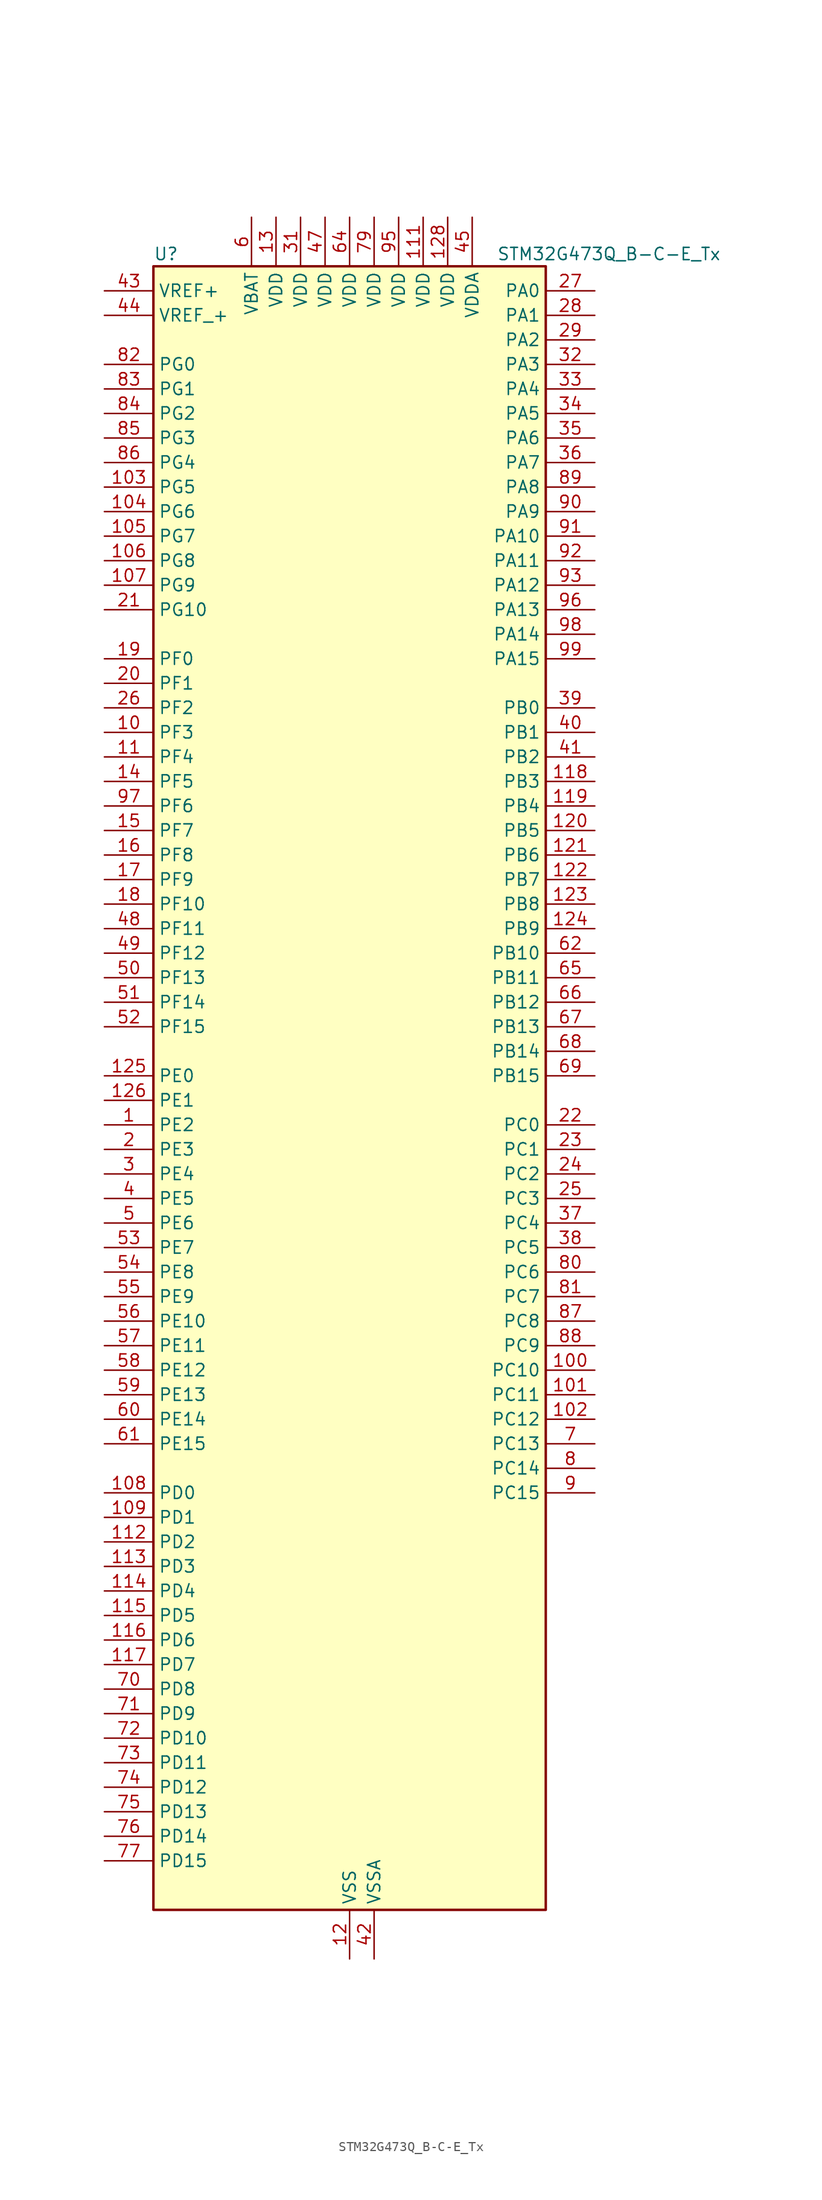
<source format=kicad_sym>
(kicad_symbol_lib
  (version 20220914)
  (generator kicad_symbol_editor)
  (symbol "STM32G473Q_B-C-E_Tx"
    (property "Reference" "U"
      (at -20.32 87.63 0)
      (effects (font (size 1.27 1.27)) (justify left)))
    (property "Value" "STM32G473Q_B-C-E_Tx"
      (at 15.24 87.63 0)
      (effects (font (size 1.27 1.27)) (justify left)))
    (property "ki_locked" ""
      (at 0 0 0)
      (effects (font (size 1.27 1.27))))
    (symbol "STM32G473Q_B-C-E_Tx_0_1"
      (rectangle (start -20.32 -83.82) (end 20.32 86.36) (stroke (width 0.254) (type default)) (fill (type background))))
    (symbol "STM32G473Q_B-C-E_Tx_1_1"
      (pin bidirectional line (at -25.4 -2.54 0) (length 5.08) (name "PE2" (effects (font (size 1.27 1.27)))) (number "1" (effects (font (size 1.27 1.27)))) (alternate "ADC3_EXTI2" bidirectional line) (alternate "ADC4_EXTI2" bidirectional line) (alternate "ADC5_EXTI2" bidirectional line) (alternate "FMC_A23" bidirectional line) (alternate "SAI1_CK1" bidirectional line) (alternate "SAI1_MCLK_A" bidirectional line) (alternate "SPI4_SCK" bidirectional line) (alternate "SYS_TRACECLK" bidirectional line) (alternate "TIM20_CH1" bidirectional line) (alternate "TIM3_CH1" bidirectional line))
      (pin bidirectional line (at -25.4 38.1 0) (length 5.08) (name "PF3" (effects (font (size 1.27 1.27)))) (number "10" (effects (font (size 1.27 1.27)))) (alternate "ADC3_EXTI3" bidirectional line) (alternate "ADC4_EXTI3" bidirectional line) (alternate "ADC5_EXTI3" bidirectional line) (alternate "FMC_A3" bidirectional line) (alternate "I2C3_SCL" bidirectional line) (alternate "TIM20_CH4" bidirectional line))
      (pin bidirectional line (at 25.4 -27.94 180) (length 5.08) (name "PC10" (effects (font (size 1.27 1.27)))) (number "100" (effects (font (size 1.27 1.27)))) (alternate "DAC1_EXTI10" bidirectional line) (alternate "DAC2_EXTI10" bidirectional line) (alternate "DAC3_EXTI10" bidirectional line) (alternate "DAC4_EXTI10" bidirectional line) (alternate "I2S3_CK" bidirectional line) (alternate "SPI3_SCK" bidirectional line) (alternate "TIM8_CH1N" bidirectional line) (alternate "UART4_TX" bidirectional line) (alternate "USART3_TX" bidirectional line))
      (pin bidirectional line (at 25.4 -30.48 180) (length 5.08) (name "PC11" (effects (font (size 1.27 1.27)))) (number "101" (effects (font (size 1.27 1.27)))) (alternate "ADC1_EXTI11" bidirectional line) (alternate "ADC2_EXTI11" bidirectional line) (alternate "I2C3_SDA" bidirectional line) (alternate "SPI3_MISO" bidirectional line) (alternate "TIM8_CH2N" bidirectional line) (alternate "UART4_RX" bidirectional line) (alternate "USART3_RX" bidirectional line))
      (pin bidirectional line (at 25.4 -33.02 180) (length 5.08) (name "PC12" (effects (font (size 1.27 1.27)))) (number "102" (effects (font (size 1.27 1.27)))) (alternate "I2S3_SD" bidirectional line) (alternate "SPI3_MOSI" bidirectional line) (alternate "TIM5_CH2" bidirectional line) (alternate "TIM8_CH3N" bidirectional line) (alternate "UART5_TX" bidirectional line) (alternate "UCPD1_FRSTX1" bidirectional line) (alternate "UCPD1_FRSTX2" bidirectional line) (alternate "USART3_CK" bidirectional line))
      (pin bidirectional line (at -25.4 63.5 0) (length 5.08) (name "PG5" (effects (font (size 1.27 1.27)))) (number "103" (effects (font (size 1.27 1.27)))) (alternate "FMC_A15" bidirectional line) (alternate "LPUART1_CTS" bidirectional line) (alternate "SPI1_NSS" bidirectional line) (alternate "TIM20_ETR" bidirectional line))
      (pin bidirectional line (at -25.4 60.96 0) (length 5.08) (name "PG6" (effects (font (size 1.27 1.27)))) (number "104" (effects (font (size 1.27 1.27)))) (alternate "FMC_INT" bidirectional line) (alternate "I2C3_SMBA" bidirectional line) (alternate "LPUART1_DE" bidirectional line) (alternate "LPUART1_RTS" bidirectional line) (alternate "TIM20_BKIN" bidirectional line))
      (pin bidirectional line (at -25.4 58.42 0) (length 5.08) (name "PG7" (effects (font (size 1.27 1.27)))) (number "105" (effects (font (size 1.27 1.27)))) (alternate "FMC_INT" bidirectional line) (alternate "I2C3_SCL" bidirectional line) (alternate "LPUART1_TX" bidirectional line) (alternate "SAI1_CK1" bidirectional line) (alternate "SAI1_MCLK_A" bidirectional line))
      (pin bidirectional line (at -25.4 55.88 0) (length 5.08) (name "PG8" (effects (font (size 1.27 1.27)))) (number "106" (effects (font (size 1.27 1.27)))) (alternate "FMC_NE3" bidirectional line) (alternate "I2C3_SDA" bidirectional line) (alternate "LPUART1_RX" bidirectional line))
      (pin bidirectional line (at -25.4 53.34 0) (length 5.08) (name "PG9" (effects (font (size 1.27 1.27)))) (number "107" (effects (font (size 1.27 1.27)))) (alternate "DAC1_EXTI9" bidirectional line) (alternate "DAC2_EXTI9" bidirectional line) (alternate "DAC3_EXTI9" bidirectional line) (alternate "DAC4_EXTI9" bidirectional line) (alternate "FMC_NCE" bidirectional line) (alternate "FMC_NE2" bidirectional line) (alternate "SPI3_SCK" bidirectional line) (alternate "TIM15_CH1N" bidirectional line) (alternate "USART1_TX" bidirectional line))
      (pin bidirectional line (at -25.4 -40.64 0) (length 5.08) (name "PD0" (effects (font (size 1.27 1.27)))) (number "108" (effects (font (size 1.27 1.27)))) (alternate "FDCAN1_RX" bidirectional line) (alternate "FMC_D2" bidirectional line) (alternate "FMC_DA2" bidirectional line) (alternate "TIM8_CH4N" bidirectional line))
      (pin bidirectional line (at -25.4 -43.18 0) (length 5.08) (name "PD1" (effects (font (size 1.27 1.27)))) (number "109" (effects (font (size 1.27 1.27)))) (alternate "FDCAN1_TX" bidirectional line) (alternate "FMC_D3" bidirectional line) (alternate "FMC_DA3" bidirectional line) (alternate "TIM8_BKIN2" bidirectional line) (alternate "TIM8_CH4" bidirectional line))
      (pin bidirectional line (at -25.4 35.56 0) (length 5.08) (name "PF4" (effects (font (size 1.27 1.27)))) (number "11" (effects (font (size 1.27 1.27)))) (alternate "COMP1_OUT" bidirectional line) (alternate "FMC_A4" bidirectional line) (alternate "I2C3_SDA" bidirectional line) (alternate "TIM20_CH1N" bidirectional line))
      (pin passive line (at 0 -88.9 90) (length 5.08) hide (name "VSS" (effects (font (size 1.27 1.27)))) (number "110" (effects (font (size 1.27 1.27)))))
      (pin power_in line (at 7.62 91.44 270) (length 5.08) (name "VDD" (effects (font (size 1.27 1.27)))) (number "111" (effects (font (size 1.27 1.27)))))
      (pin bidirectional line (at -25.4 -45.72 0) (length 5.08) (name "PD2" (effects (font (size 1.27 1.27)))) (number "112" (effects (font (size 1.27 1.27)))) (alternate "ADC3_EXTI2" bidirectional line) (alternate "ADC4_EXTI2" bidirectional line) (alternate "ADC5_EXTI2" bidirectional line) (alternate "TIM3_ETR" bidirectional line) (alternate "TIM8_BKIN" bidirectional line) (alternate "UART5_RX" bidirectional line))
      (pin bidirectional line (at -25.4 -48.26 0) (length 5.08) (name "PD3" (effects (font (size 1.27 1.27)))) (number "113" (effects (font (size 1.27 1.27)))) (alternate "ADC3_EXTI3" bidirectional line) (alternate "ADC4_EXTI3" bidirectional line) (alternate "ADC5_EXTI3" bidirectional line) (alternate "FMC_CLK" bidirectional line) (alternate "QUADSPI1_BK2_NCS" bidirectional line) (alternate "TIM2_CH1" bidirectional line) (alternate "TIM2_ETR" bidirectional line) (alternate "USART2_CTS" bidirectional line) (alternate "USART2_NSS" bidirectional line))
      (pin bidirectional line (at -25.4 -50.8 0) (length 5.08) (name "PD4" (effects (font (size 1.27 1.27)))) (number "114" (effects (font (size 1.27 1.27)))) (alternate "FMC_NOE" bidirectional line) (alternate "QUADSPI1_BK2_IO0" bidirectional line) (alternate "TIM2_CH2" bidirectional line) (alternate "USART2_DE" bidirectional line) (alternate "USART2_RTS" bidirectional line))
      (pin bidirectional line (at -25.4 -53.34 0) (length 5.08) (name "PD5" (effects (font (size 1.27 1.27)))) (number "115" (effects (font (size 1.27 1.27)))) (alternate "FMC_NWE" bidirectional line) (alternate "QUADSPI1_BK2_IO1" bidirectional line) (alternate "USART2_TX" bidirectional line))
      (pin bidirectional line (at -25.4 -55.88 0) (length 5.08) (name "PD6" (effects (font (size 1.27 1.27)))) (number "116" (effects (font (size 1.27 1.27)))) (alternate "FMC_NWAIT" bidirectional line) (alternate "QUADSPI1_BK2_IO2" bidirectional line) (alternate "SAI1_D1" bidirectional line) (alternate "SAI1_SD_A" bidirectional line) (alternate "TIM2_CH4" bidirectional line) (alternate "USART2_RX" bidirectional line))
      (pin bidirectional line (at -25.4 -58.42 0) (length 5.08) (name "PD7" (effects (font (size 1.27 1.27)))) (number "117" (effects (font (size 1.27 1.27)))) (alternate "FMC_NCE" bidirectional line) (alternate "FMC_NE1" bidirectional line) (alternate "QUADSPI1_BK2_IO3" bidirectional line) (alternate "TIM2_CH3" bidirectional line) (alternate "USART2_CK" bidirectional line))
      (pin bidirectional line (at 25.4 33.02 180) (length 5.08) (name "PB3" (effects (font (size 1.27 1.27)))) (number "118" (effects (font (size 1.27 1.27)))) (alternate "ADC3_EXTI3" bidirectional line) (alternate "ADC4_EXTI3" bidirectional line) (alternate "ADC5_EXTI3" bidirectional line) (alternate "CRS_SYNC" bidirectional line) (alternate "FDCAN3_RX" bidirectional line) (alternate "I2S3_CK" bidirectional line) (alternate "SAI1_SCK_B" bidirectional line) (alternate "SPI1_SCK" bidirectional line) (alternate "SPI3_SCK" bidirectional line) (alternate "SYS_JTDO-SWO" bidirectional line) (alternate "TIM2_CH2" bidirectional line) (alternate "TIM3_ETR" bidirectional line) (alternate "TIM4_ETR" bidirectional line) (alternate "TIM8_CH1N" bidirectional line) (alternate "USART2_TX" bidirectional line))
      (pin bidirectional line (at 25.4 30.48 180) (length 5.08) (name "PB4" (effects (font (size 1.27 1.27)))) (number "119" (effects (font (size 1.27 1.27)))) (alternate "FDCAN3_TX" bidirectional line) (alternate "SAI1_MCLK_B" bidirectional line) (alternate "SPI1_MISO" bidirectional line) (alternate "SPI3_MISO" bidirectional line) (alternate "SYS_JTRST" bidirectional line) (alternate "TIM16_CH1" bidirectional line) (alternate "TIM17_BKIN" bidirectional line) (alternate "TIM3_CH1" bidirectional line) (alternate "TIM8_CH2N" bidirectional line) (alternate "UART5_DE" bidirectional line) (alternate "UART5_RTS" bidirectional line) (alternate "UCPD1_CC2" bidirectional line) (alternate "USART2_RX" bidirectional line))
      (pin power_in line (at 0 -88.9 90) (length 5.08) (name "VSS" (effects (font (size 1.27 1.27)))) (number "12" (effects (font (size 1.27 1.27)))))
      (pin bidirectional line (at 25.4 27.94 180) (length 5.08) (name "PB5" (effects (font (size 1.27 1.27)))) (number "120" (effects (font (size 1.27 1.27)))) (alternate "FDCAN2_RX" bidirectional line) (alternate "I2C1_SMBA" bidirectional line) (alternate "I2C3_SDA" bidirectional line) (alternate "I2S3_SD" bidirectional line) (alternate "LPTIM1_IN1" bidirectional line) (alternate "SAI1_SD_B" bidirectional line) (alternate "SPI1_MOSI" bidirectional line) (alternate "SPI3_MOSI" bidirectional line) (alternate "TIM16_BKIN" bidirectional line) (alternate "TIM17_CH1" bidirectional line) (alternate "TIM3_CH2" bidirectional line) (alternate "TIM8_CH3N" bidirectional line) (alternate "UART5_CTS" bidirectional line) (alternate "USART2_CK" bidirectional line))
      (pin bidirectional line (at 25.4 25.4 180) (length 5.08) (name "PB6" (effects (font (size 1.27 1.27)))) (number "121" (effects (font (size 1.27 1.27)))) (alternate "COMP4_OUT" bidirectional line) (alternate "FDCAN2_TX" bidirectional line) (alternate "LPTIM1_ETR" bidirectional line) (alternate "SAI1_FS_B" bidirectional line) (alternate "TIM16_CH1N" bidirectional line) (alternate "TIM4_CH1" bidirectional line) (alternate "TIM8_BKIN2" bidirectional line) (alternate "TIM8_CH1" bidirectional line) (alternate "TIM8_ETR" bidirectional line) (alternate "UCPD1_CC1" bidirectional line) (alternate "USART1_TX" bidirectional line))
      (pin bidirectional line (at 25.4 22.86 180) (length 5.08) (name "PB7" (effects (font (size 1.27 1.27)))) (number "122" (effects (font (size 1.27 1.27)))) (alternate "COMP3_OUT" bidirectional line) (alternate "FMC_NL" bidirectional line) (alternate "I2C1_SDA" bidirectional line) (alternate "I2C4_SDA" bidirectional line) (alternate "LPTIM1_IN2" bidirectional line) (alternate "SYS_PVD_IN" bidirectional line) (alternate "TIM17_CH1N" bidirectional line) (alternate "TIM3_CH4" bidirectional line) (alternate "TIM4_CH2" bidirectional line) (alternate "TIM8_BKIN" bidirectional line) (alternate "UART4_CTS" bidirectional line) (alternate "USART1_RX" bidirectional line))
      (pin bidirectional line (at 25.4 20.32 180) (length 5.08) (name "PB8" (effects (font (size 1.27 1.27)))) (number "123" (effects (font (size 1.27 1.27)))) (alternate "COMP1_OUT" bidirectional line) (alternate "FDCAN1_RX" bidirectional line) (alternate "I2C1_SCL" bidirectional line) (alternate "SAI1_CK1" bidirectional line) (alternate "SAI1_MCLK_A" bidirectional line) (alternate "TIM16_CH1" bidirectional line) (alternate "TIM1_BKIN" bidirectional line) (alternate "TIM4_CH3" bidirectional line) (alternate "TIM8_CH2" bidirectional line) (alternate "USART3_RX" bidirectional line))
      (pin bidirectional line (at 25.4 17.78 180) (length 5.08) (name "PB9" (effects (font (size 1.27 1.27)))) (number "124" (effects (font (size 1.27 1.27)))) (alternate "COMP2_OUT" bidirectional line) (alternate "DAC1_EXTI9" bidirectional line) (alternate "DAC2_EXTI9" bidirectional line) (alternate "DAC3_EXTI9" bidirectional line) (alternate "DAC4_EXTI9" bidirectional line) (alternate "FDCAN1_TX" bidirectional line) (alternate "I2C1_SDA" bidirectional line) (alternate "IR_OUT" bidirectional line) (alternate "SAI1_D2" bidirectional line) (alternate "SAI1_FS_A" bidirectional line) (alternate "TIM17_CH1" bidirectional line) (alternate "TIM1_CH3N" bidirectional line) (alternate "TIM4_CH4" bidirectional line) (alternate "TIM8_CH3" bidirectional line) (alternate "USART3_TX" bidirectional line))
      (pin bidirectional line (at -25.4 2.54 0) (length 5.08) (name "PE0" (effects (font (size 1.27 1.27)))) (number "125" (effects (font (size 1.27 1.27)))) (alternate "FMC_NBL0" bidirectional line) (alternate "TIM16_CH1" bidirectional line) (alternate "TIM20_CH4N" bidirectional line) (alternate "TIM20_ETR" bidirectional line) (alternate "TIM4_ETR" bidirectional line) (alternate "USART1_TX" bidirectional line))
      (pin bidirectional line (at -25.4 0 0) (length 5.08) (name "PE1" (effects (font (size 1.27 1.27)))) (number "126" (effects (font (size 1.27 1.27)))) (alternate "FMC_NBL1" bidirectional line) (alternate "TIM17_CH1" bidirectional line) (alternate "TIM20_CH4" bidirectional line) (alternate "USART1_RX" bidirectional line))
      (pin passive line (at 0 -88.9 90) (length 5.08) hide (name "VSS" (effects (font (size 1.27 1.27)))) (number "127" (effects (font (size 1.27 1.27)))))
      (pin power_in line (at 10.16 91.44 270) (length 5.08) (name "VDD" (effects (font (size 1.27 1.27)))) (number "128" (effects (font (size 1.27 1.27)))))
      (pin power_in line (at -7.62 91.44 270) (length 5.08) (name "VDD" (effects (font (size 1.27 1.27)))) (number "13" (effects (font (size 1.27 1.27)))))
      (pin bidirectional line (at -25.4 33.02 0) (length 5.08) (name "PF5" (effects (font (size 1.27 1.27)))) (number "14" (effects (font (size 1.27 1.27)))) (alternate "FMC_A5" bidirectional line) (alternate "TIM20_CH2N" bidirectional line))
      (pin bidirectional line (at -25.4 27.94 0) (length 5.08) (name "PF7" (effects (font (size 1.27 1.27)))) (number "15" (effects (font (size 1.27 1.27)))) (alternate "FMC_A1" bidirectional line) (alternate "QUADSPI1_BK1_IO2" bidirectional line) (alternate "SAI1_MCLK_B" bidirectional line) (alternate "TIM20_BKIN" bidirectional line) (alternate "TIM5_CH2" bidirectional line))
      (pin bidirectional line (at -25.4 25.4 0) (length 5.08) (name "PF8" (effects (font (size 1.27 1.27)))) (number "16" (effects (font (size 1.27 1.27)))) (alternate "FMC_A24" bidirectional line) (alternate "QUADSPI1_BK1_IO0" bidirectional line) (alternate "SAI1_SCK_B" bidirectional line) (alternate "TIM20_BKIN2" bidirectional line) (alternate "TIM5_CH3" bidirectional line))
      (pin bidirectional line (at -25.4 22.86 0) (length 5.08) (name "PF9" (effects (font (size 1.27 1.27)))) (number "17" (effects (font (size 1.27 1.27)))) (alternate "DAC1_EXTI9" bidirectional line) (alternate "DAC2_EXTI9" bidirectional line) (alternate "DAC3_EXTI9" bidirectional line) (alternate "DAC4_EXTI9" bidirectional line) (alternate "FMC_A25" bidirectional line) (alternate "QUADSPI1_BK1_IO1" bidirectional line) (alternate "SAI1_FS_B" bidirectional line) (alternate "SPI2_SCK" bidirectional line) (alternate "TIM15_CH1" bidirectional line) (alternate "TIM20_BKIN" bidirectional line) (alternate "TIM5_CH4" bidirectional line))
      (pin bidirectional line (at -25.4 20.32 0) (length 5.08) (name "PF10" (effects (font (size 1.27 1.27)))) (number "18" (effects (font (size 1.27 1.27)))) (alternate "DAC1_EXTI10" bidirectional line) (alternate "DAC2_EXTI10" bidirectional line) (alternate "DAC3_EXTI10" bidirectional line) (alternate "DAC4_EXTI10" bidirectional line) (alternate "FMC_A0" bidirectional line) (alternate "QUADSPI1_CLK" bidirectional line) (alternate "SAI1_D3" bidirectional line) (alternate "SPI2_SCK" bidirectional line) (alternate "TIM15_CH2" bidirectional line) (alternate "TIM20_BKIN2" bidirectional line))
      (pin bidirectional line (at -25.4 45.72 0) (length 5.08) (name "PF0" (effects (font (size 1.27 1.27)))) (number "19" (effects (font (size 1.27 1.27)))) (alternate "ADC1_IN10" bidirectional line) (alternate "I2C2_SDA" bidirectional line) (alternate "I2S2_WS" bidirectional line) (alternate "RCC_OSC_IN" bidirectional line) (alternate "SPI2_NSS" bidirectional line) (alternate "TIM1_CH3N" bidirectional line))
      (pin bidirectional line (at -25.4 -5.08 0) (length 5.08) (name "PE3" (effects (font (size 1.27 1.27)))) (number "2" (effects (font (size 1.27 1.27)))) (alternate "ADC3_EXTI3" bidirectional line) (alternate "ADC4_EXTI3" bidirectional line) (alternate "ADC5_EXTI3" bidirectional line) (alternate "FMC_A19" bidirectional line) (alternate "SAI1_SD_B" bidirectional line) (alternate "SPI4_NSS" bidirectional line) (alternate "SYS_TRACED0" bidirectional line) (alternate "TIM20_CH2" bidirectional line) (alternate "TIM3_CH2" bidirectional line))
      (pin bidirectional line (at -25.4 43.18 0) (length 5.08) (name "PF1" (effects (font (size 1.27 1.27)))) (number "20" (effects (font (size 1.27 1.27)))) (alternate "ADC2_IN10" bidirectional line) (alternate "COMP3_INM" bidirectional line) (alternate "I2S2_CK" bidirectional line) (alternate "RCC_OSC_OUT" bidirectional line) (alternate "SPI2_SCK" bidirectional line))
      (pin bidirectional line (at -25.4 50.8 0) (length 5.08) (name "PG10" (effects (font (size 1.27 1.27)))) (number "21" (effects (font (size 1.27 1.27)))) (alternate "DAC1_EXTI10" bidirectional line) (alternate "DAC2_EXTI10" bidirectional line) (alternate "DAC3_EXTI10" bidirectional line) (alternate "DAC4_EXTI10" bidirectional line) (alternate "RCC_MCO" bidirectional line))
      (pin bidirectional line (at 25.4 -2.54 180) (length 5.08) (name "PC0" (effects (font (size 1.27 1.27)))) (number "22" (effects (font (size 1.27 1.27)))) (alternate "ADC1_IN6" bidirectional line) (alternate "ADC2_IN6" bidirectional line) (alternate "COMP3_INM" bidirectional line) (alternate "LPTIM1_IN1" bidirectional line) (alternate "LPUART1_RX" bidirectional line) (alternate "TIM1_CH1" bidirectional line))
      (pin bidirectional line (at 25.4 -5.08 180) (length 5.08) (name "PC1" (effects (font (size 1.27 1.27)))) (number "23" (effects (font (size 1.27 1.27)))) (alternate "ADC1_IN7" bidirectional line) (alternate "ADC2_IN7" bidirectional line) (alternate "COMP3_INP" bidirectional line) (alternate "LPTIM1_OUT" bidirectional line) (alternate "LPUART1_TX" bidirectional line) (alternate "QUADSPI1_BK2_IO0" bidirectional line) (alternate "SAI1_SD_A" bidirectional line) (alternate "TIM1_CH2" bidirectional line))
      (pin bidirectional line (at 25.4 -7.62 180) (length 5.08) (name "PC2" (effects (font (size 1.27 1.27)))) (number "24" (effects (font (size 1.27 1.27)))) (alternate "ADC1_IN8" bidirectional line) (alternate "ADC2_IN8" bidirectional line) (alternate "ADC3_EXTI2" bidirectional line) (alternate "ADC4_EXTI2" bidirectional line) (alternate "ADC5_EXTI2" bidirectional line) (alternate "COMP3_OUT" bidirectional line) (alternate "LPTIM1_IN2" bidirectional line) (alternate "QUADSPI1_BK2_IO1" bidirectional line) (alternate "TIM1_CH3" bidirectional line) (alternate "TIM20_CH2" bidirectional line))
      (pin bidirectional line (at 25.4 -10.16 180) (length 5.08) (name "PC3" (effects (font (size 1.27 1.27)))) (number "25" (effects (font (size 1.27 1.27)))) (alternate "ADC1_IN9" bidirectional line) (alternate "ADC2_IN9" bidirectional line) (alternate "ADC3_EXTI3" bidirectional line) (alternate "ADC4_EXTI3" bidirectional line) (alternate "ADC5_EXTI3" bidirectional line) (alternate "LPTIM1_ETR" bidirectional line) (alternate "OPAMP5_VINP" bidirectional line) (alternate "OPAMP5_VINP_SEC" bidirectional line) (alternate "QUADSPI1_BK2_IO2" bidirectional line) (alternate "SAI1_D1" bidirectional line) (alternate "SAI1_SD_A" bidirectional line) (alternate "TIM1_BKIN2" bidirectional line) (alternate "TIM1_CH4" bidirectional line))
      (pin bidirectional line (at -25.4 40.64 0) (length 5.08) (name "PF2" (effects (font (size 1.27 1.27)))) (number "26" (effects (font (size 1.27 1.27)))) (alternate "ADC3_EXTI2" bidirectional line) (alternate "ADC4_EXTI2" bidirectional line) (alternate "ADC5_EXTI2" bidirectional line) (alternate "FMC_A2" bidirectional line) (alternate "I2C2_SMBA" bidirectional line) (alternate "TIM20_CH3" bidirectional line))
      (pin bidirectional line (at 25.4 83.82 180) (length 5.08) (name "PA0" (effects (font (size 1.27 1.27)))) (number "27" (effects (font (size 1.27 1.27)))) (alternate "ADC1_IN1" bidirectional line) (alternate "ADC2_IN1" bidirectional line) (alternate "COMP1_INM" bidirectional line) (alternate "COMP1_OUT" bidirectional line) (alternate "COMP3_INP" bidirectional line) (alternate "RTC_TAMP2" bidirectional line) (alternate "SYS_WKUP1" bidirectional line) (alternate "TIM2_CH1" bidirectional line) (alternate "TIM2_ETR" bidirectional line) (alternate "TIM5_CH1" bidirectional line) (alternate "TIM8_BKIN" bidirectional line) (alternate "TIM8_ETR" bidirectional line) (alternate "USART2_CTS" bidirectional line) (alternate "USART2_NSS" bidirectional line))
      (pin bidirectional line (at 25.4 81.28 180) (length 5.08) (name "PA1" (effects (font (size 1.27 1.27)))) (number "28" (effects (font (size 1.27 1.27)))) (alternate "ADC1_IN2" bidirectional line) (alternate "ADC2_IN2" bidirectional line) (alternate "COMP1_INP" bidirectional line) (alternate "OPAMP1_VINP" bidirectional line) (alternate "OPAMP1_VINP_SEC" bidirectional line) (alternate "OPAMP3_VINP" bidirectional line) (alternate "OPAMP3_VINP_SEC" bidirectional line) (alternate "OPAMP6_VINM" bidirectional line) (alternate "OPAMP6_VINM0" bidirectional line) (alternate "OPAMP6_VINM_SEC" bidirectional line) (alternate "RTC_REFIN" bidirectional line) (alternate "TIM15_CH1N" bidirectional line) (alternate "TIM2_CH2" bidirectional line) (alternate "TIM5_CH2" bidirectional line) (alternate "USART2_DE" bidirectional line) (alternate "USART2_RTS" bidirectional line))
      (pin bidirectional line (at 25.4 78.74 180) (length 5.08) (name "PA2" (effects (font (size 1.27 1.27)))) (number "29" (effects (font (size 1.27 1.27)))) (alternate "ADC1_IN3" bidirectional line) (alternate "ADC3_EXTI2" bidirectional line) (alternate "ADC4_EXTI2" bidirectional line) (alternate "ADC5_EXTI2" bidirectional line) (alternate "COMP2_INM" bidirectional line) (alternate "COMP2_OUT" bidirectional line) (alternate "LPUART1_TX" bidirectional line) (alternate "OPAMP1_VOUT" bidirectional line) (alternate "QUADSPI1_BK1_NCS" bidirectional line) (alternate "RCC_LSCO" bidirectional line) (alternate "SYS_WKUP4" bidirectional line) (alternate "TIM15_CH1" bidirectional line) (alternate "TIM2_CH3" bidirectional line) (alternate "TIM5_CH3" bidirectional line) (alternate "UCPD1_FRSTX1" bidirectional line) (alternate "UCPD1_FRSTX2" bidirectional line) (alternate "USART2_TX" bidirectional line))
      (pin bidirectional line (at -25.4 -7.62 0) (length 5.08) (name "PE4" (effects (font (size 1.27 1.27)))) (number "3" (effects (font (size 1.27 1.27)))) (alternate "FMC_A20" bidirectional line) (alternate "SAI1_D2" bidirectional line) (alternate "SAI1_FS_A" bidirectional line) (alternate "SPI4_NSS" bidirectional line) (alternate "SYS_TRACED1" bidirectional line) (alternate "TIM20_CH1N" bidirectional line) (alternate "TIM3_CH3" bidirectional line))
      (pin passive line (at 0 -88.9 90) (length 5.08) hide (name "VSS" (effects (font (size 1.27 1.27)))) (number "30" (effects (font (size 1.27 1.27)))))
      (pin power_in line (at -5.08 91.44 270) (length 5.08) (name "VDD" (effects (font (size 1.27 1.27)))) (number "31" (effects (font (size 1.27 1.27)))))
      (pin bidirectional line (at 25.4 76.2 180) (length 5.08) (name "PA3" (effects (font (size 1.27 1.27)))) (number "32" (effects (font (size 1.27 1.27)))) (alternate "ADC1_IN4" bidirectional line) (alternate "ADC3_EXTI3" bidirectional line) (alternate "ADC4_EXTI3" bidirectional line) (alternate "ADC5_EXTI3" bidirectional line) (alternate "COMP2_INP" bidirectional line) (alternate "LPUART1_RX" bidirectional line) (alternate "OPAMP1_VINM" bidirectional line) (alternate "OPAMP1_VINM0" bidirectional line) (alternate "OPAMP1_VINM_SEC" bidirectional line) (alternate "OPAMP1_VINP" bidirectional line) (alternate "OPAMP1_VINP_SEC" bidirectional line) (alternate "OPAMP5_VINM" bidirectional line) (alternate "OPAMP5_VINM1" bidirectional line) (alternate "OPAMP5_VINM_SEC" bidirectional line) (alternate "QUADSPI1_CLK" bidirectional line) (alternate "SAI1_CK1" bidirectional line) (alternate "SAI1_MCLK_A" bidirectional line) (alternate "TIM15_CH2" bidirectional line) (alternate "TIM2_CH4" bidirectional line) (alternate "TIM5_CH4" bidirectional line) (alternate "USART2_RX" bidirectional line))
      (pin bidirectional line (at 25.4 73.66 180) (length 5.08) (name "PA4" (effects (font (size 1.27 1.27)))) (number "33" (effects (font (size 1.27 1.27)))) (alternate "ADC2_IN17" bidirectional line) (alternate "COMP1_INM" bidirectional line) (alternate "DAC1_OUT1" bidirectional line) (alternate "I2S3_WS" bidirectional line) (alternate "SAI1_FS_B" bidirectional line) (alternate "SPI1_NSS" bidirectional line) (alternate "SPI3_NSS" bidirectional line) (alternate "TIM3_CH2" bidirectional line) (alternate "USART2_CK" bidirectional line))
      (pin bidirectional line (at 25.4 71.12 180) (length 5.08) (name "PA5" (effects (font (size 1.27 1.27)))) (number "34" (effects (font (size 1.27 1.27)))) (alternate "ADC2_IN13" bidirectional line) (alternate "COMP2_INM" bidirectional line) (alternate "DAC1_OUT2" bidirectional line) (alternate "OPAMP2_VINM" bidirectional line) (alternate "OPAMP2_VINM0" bidirectional line) (alternate "OPAMP2_VINM_SEC" bidirectional line) (alternate "SPI1_SCK" bidirectional line) (alternate "TIM2_CH1" bidirectional line) (alternate "TIM2_ETR" bidirectional line) (alternate "UCPD1_FRSTX1" bidirectional line) (alternate "UCPD1_FRSTX2" bidirectional line))
      (pin bidirectional line (at 25.4 68.58 180) (length 5.08) (name "PA6" (effects (font (size 1.27 1.27)))) (number "35" (effects (font (size 1.27 1.27)))) (alternate "ADC2_IN3" bidirectional line) (alternate "COMP1_OUT" bidirectional line) (alternate "DAC2_OUT1" bidirectional line) (alternate "LPUART1_CTS" bidirectional line) (alternate "OPAMP2_VOUT" bidirectional line) (alternate "QUADSPI1_BK1_IO3" bidirectional line) (alternate "SPI1_MISO" bidirectional line) (alternate "TIM16_CH1" bidirectional line) (alternate "TIM1_BKIN" bidirectional line) (alternate "TIM3_CH1" bidirectional line) (alternate "TIM8_BKIN" bidirectional line))
      (pin bidirectional line (at 25.4 66.04 180) (length 5.08) (name "PA7" (effects (font (size 1.27 1.27)))) (number "36" (effects (font (size 1.27 1.27)))) (alternate "ADC2_IN4" bidirectional line) (alternate "COMP2_INP" bidirectional line) (alternate "COMP2_OUT" bidirectional line) (alternate "OPAMP1_VINP" bidirectional line) (alternate "OPAMP1_VINP_SEC" bidirectional line) (alternate "OPAMP2_VINP" bidirectional line) (alternate "OPAMP2_VINP_SEC" bidirectional line) (alternate "QUADSPI1_BK1_IO2" bidirectional line) (alternate "SPI1_MOSI" bidirectional line) (alternate "TIM17_CH1" bidirectional line) (alternate "TIM1_CH1N" bidirectional line) (alternate "TIM3_CH2" bidirectional line) (alternate "TIM8_CH1N" bidirectional line) (alternate "UCPD1_FRSTX1" bidirectional line) (alternate "UCPD1_FRSTX2" bidirectional line))
      (pin bidirectional line (at 25.4 -12.7 180) (length 5.08) (name "PC4" (effects (font (size 1.27 1.27)))) (number "37" (effects (font (size 1.27 1.27)))) (alternate "ADC2_IN5" bidirectional line) (alternate "I2C2_SCL" bidirectional line) (alternate "QUADSPI1_BK2_IO3" bidirectional line) (alternate "TIM1_ETR" bidirectional line) (alternate "USART1_TX" bidirectional line))
      (pin bidirectional line (at 25.4 -15.24 180) (length 5.08) (name "PC5" (effects (font (size 1.27 1.27)))) (number "38" (effects (font (size 1.27 1.27)))) (alternate "ADC2_IN11" bidirectional line) (alternate "OPAMP1_VINM" bidirectional line) (alternate "OPAMP1_VINM1" bidirectional line) (alternate "OPAMP1_VINM_SEC" bidirectional line) (alternate "OPAMP2_VINM" bidirectional line) (alternate "OPAMP2_VINM1" bidirectional line) (alternate "OPAMP2_VINM_SEC" bidirectional line) (alternate "SAI1_D3" bidirectional line) (alternate "SYS_WKUP5" bidirectional line) (alternate "TIM15_BKIN" bidirectional line) (alternate "TIM1_CH4N" bidirectional line) (alternate "USART1_RX" bidirectional line))
      (pin bidirectional line (at 25.4 40.64 180) (length 5.08) (name "PB0" (effects (font (size 1.27 1.27)))) (number "39" (effects (font (size 1.27 1.27)))) (alternate "ADC1_IN15" bidirectional line) (alternate "ADC3_IN12" bidirectional line) (alternate "COMP4_INP" bidirectional line) (alternate "OPAMP2_VINP" bidirectional line) (alternate "OPAMP2_VINP_SEC" bidirectional line) (alternate "OPAMP3_VINP" bidirectional line) (alternate "OPAMP3_VINP_SEC" bidirectional line) (alternate "QUADSPI1_BK1_IO1" bidirectional line) (alternate "TIM1_CH2N" bidirectional line) (alternate "TIM3_CH3" bidirectional line) (alternate "TIM8_CH2N" bidirectional line) (alternate "UCPD1_FRSTX1" bidirectional line) (alternate "UCPD1_FRSTX2" bidirectional line))
      (pin bidirectional line (at -25.4 -10.16 0) (length 5.08) (name "PE5" (effects (font (size 1.27 1.27)))) (number "4" (effects (font (size 1.27 1.27)))) (alternate "FMC_A21" bidirectional line) (alternate "SAI1_CK2" bidirectional line) (alternate "SAI1_SCK_A" bidirectional line) (alternate "SPI4_MISO" bidirectional line) (alternate "SYS_TRACED2" bidirectional line) (alternate "TIM20_CH2N" bidirectional line) (alternate "TIM3_CH4" bidirectional line))
      (pin bidirectional line (at 25.4 38.1 180) (length 5.08) (name "PB1" (effects (font (size 1.27 1.27)))) (number "40" (effects (font (size 1.27 1.27)))) (alternate "ADC1_IN12" bidirectional line) (alternate "ADC3_IN1" bidirectional line) (alternate "COMP1_INP" bidirectional line) (alternate "COMP4_OUT" bidirectional line) (alternate "LPUART1_DE" bidirectional line) (alternate "LPUART1_RTS" bidirectional line) (alternate "OPAMP3_VOUT" bidirectional line) (alternate "OPAMP6_VINM" bidirectional line) (alternate "OPAMP6_VINM1" bidirectional line) (alternate "OPAMP6_VINM_SEC" bidirectional line) (alternate "QUADSPI1_BK1_IO0" bidirectional line) (alternate "TIM1_CH3N" bidirectional line) (alternate "TIM3_CH4" bidirectional line) (alternate "TIM8_CH3N" bidirectional line))
      (pin bidirectional line (at 25.4 35.56 180) (length 5.08) (name "PB2" (effects (font (size 1.27 1.27)))) (number "41" (effects (font (size 1.27 1.27)))) (alternate "ADC2_IN12" bidirectional line) (alternate "ADC3_EXTI2" bidirectional line) (alternate "ADC4_EXTI2" bidirectional line) (alternate "ADC5_EXTI2" bidirectional line) (alternate "COMP4_INM" bidirectional line) (alternate "I2C3_SMBA" bidirectional line) (alternate "LPTIM1_OUT" bidirectional line) (alternate "OPAMP3_VINM" bidirectional line) (alternate "OPAMP3_VINM0" bidirectional line) (alternate "OPAMP3_VINM_SEC" bidirectional line) (alternate "QUADSPI1_BK2_IO1" bidirectional line) (alternate "RTC_OUT2" bidirectional line) (alternate "TIM20_CH1" bidirectional line) (alternate "TIM5_CH1" bidirectional line))
      (pin power_in line (at 2.54 -88.9 90) (length 5.08) (name "VSSA" (effects (font (size 1.27 1.27)))) (number "42" (effects (font (size 1.27 1.27)))))
      (pin input line (at -25.4 83.82 0) (length 5.08) (name "VREF+" (effects (font (size 1.27 1.27)))) (number "43" (effects (font (size 1.27 1.27)))) (alternate "VREFBUF_OUT1" bidirectional line))
      (pin input line (at -25.4 81.28 0) (length 5.08) (name "VREF_+" (effects (font (size 1.27 1.27)))) (number "44" (effects (font (size 1.27 1.27)))) (alternate "VREFBUF_OUT2" bidirectional line))
      (pin power_in line (at 12.7 91.44 270) (length 5.08) (name "VDDA" (effects (font (size 1.27 1.27)))) (number "45" (effects (font (size 1.27 1.27)))))
      (pin passive line (at 0 -88.9 90) (length 5.08) hide (name "VSS" (effects (font (size 1.27 1.27)))) (number "46" (effects (font (size 1.27 1.27)))))
      (pin power_in line (at -2.54 91.44 270) (length 5.08) (name "VDD" (effects (font (size 1.27 1.27)))) (number "47" (effects (font (size 1.27 1.27)))))
      (pin bidirectional line (at -25.4 17.78 0) (length 5.08) (name "PF11" (effects (font (size 1.27 1.27)))) (number "48" (effects (font (size 1.27 1.27)))) (alternate "ADC1_EXTI11" bidirectional line) (alternate "ADC2_EXTI11" bidirectional line) (alternate "FMC_NE4" bidirectional line) (alternate "TIM20_ETR" bidirectional line))
      (pin bidirectional line (at -25.4 15.24 0) (length 5.08) (name "PF12" (effects (font (size 1.27 1.27)))) (number "49" (effects (font (size 1.27 1.27)))) (alternate "FMC_A6" bidirectional line) (alternate "TIM20_CH1" bidirectional line))
      (pin bidirectional line (at -25.4 -12.7 0) (length 5.08) (name "PE6" (effects (font (size 1.27 1.27)))) (number "5" (effects (font (size 1.27 1.27)))) (alternate "FMC_A22" bidirectional line) (alternate "RTC_TAMP3" bidirectional line) (alternate "SAI1_D1" bidirectional line) (alternate "SAI1_SD_A" bidirectional line) (alternate "SPI4_MOSI" bidirectional line) (alternate "SYS_TRACED3" bidirectional line) (alternate "SYS_WKUP3" bidirectional line) (alternate "TIM20_CH3N" bidirectional line))
      (pin bidirectional line (at -25.4 12.7 0) (length 5.08) (name "PF13" (effects (font (size 1.27 1.27)))) (number "50" (effects (font (size 1.27 1.27)))) (alternate "FMC_A7" bidirectional line) (alternate "I2C4_SMBA" bidirectional line) (alternate "TIM20_CH2" bidirectional line))
      (pin bidirectional line (at -25.4 10.16 0) (length 5.08) (name "PF14" (effects (font (size 1.27 1.27)))) (number "51" (effects (font (size 1.27 1.27)))) (alternate "FMC_A8" bidirectional line) (alternate "I2C4_SCL" bidirectional line) (alternate "TIM20_CH3" bidirectional line))
      (pin bidirectional line (at -25.4 7.62 0) (length 5.08) (name "PF15" (effects (font (size 1.27 1.27)))) (number "52" (effects (font (size 1.27 1.27)))) (alternate "ADC1_EXTI15" bidirectional line) (alternate "ADC2_EXTI15" bidirectional line) (alternate "FMC_A9" bidirectional line) (alternate "I2C4_SDA" bidirectional line) (alternate "TIM20_CH4" bidirectional line))
      (pin bidirectional line (at -25.4 -15.24 0) (length 5.08) (name "PE7" (effects (font (size 1.27 1.27)))) (number "53" (effects (font (size 1.27 1.27)))) (alternate "ADC3_IN4" bidirectional line) (alternate "COMP4_INP" bidirectional line) (alternate "FMC_D4" bidirectional line) (alternate "FMC_DA4" bidirectional line) (alternate "SAI1_SD_B" bidirectional line) (alternate "TIM1_ETR" bidirectional line))
      (pin bidirectional line (at -25.4 -17.78 0) (length 5.08) (name "PE8" (effects (font (size 1.27 1.27)))) (number "54" (effects (font (size 1.27 1.27)))) (alternate "ADC3_IN6" bidirectional line) (alternate "ADC4_IN6" bidirectional line) (alternate "ADC5_IN6" bidirectional line) (alternate "COMP4_INM" bidirectional line) (alternate "FMC_D5" bidirectional line) (alternate "FMC_DA5" bidirectional line) (alternate "SAI1_SCK_B" bidirectional line) (alternate "TIM1_CH1N" bidirectional line) (alternate "TIM5_CH3" bidirectional line))
      (pin bidirectional line (at -25.4 -20.32 0) (length 5.08) (name "PE9" (effects (font (size 1.27 1.27)))) (number "55" (effects (font (size 1.27 1.27)))) (alternate "ADC3_IN2" bidirectional line) (alternate "DAC1_EXTI9" bidirectional line) (alternate "DAC2_EXTI9" bidirectional line) (alternate "DAC3_EXTI9" bidirectional line) (alternate "DAC4_EXTI9" bidirectional line) (alternate "FMC_D6" bidirectional line) (alternate "FMC_DA6" bidirectional line) (alternate "SAI1_FS_B" bidirectional line) (alternate "TIM1_CH1" bidirectional line) (alternate "TIM5_CH4" bidirectional line))
      (pin bidirectional line (at -25.4 -22.86 0) (length 5.08) (name "PE10" (effects (font (size 1.27 1.27)))) (number "56" (effects (font (size 1.27 1.27)))) (alternate "ADC3_IN14" bidirectional line) (alternate "ADC4_IN14" bidirectional line) (alternate "ADC5_IN14" bidirectional line) (alternate "DAC1_EXTI10" bidirectional line) (alternate "DAC2_EXTI10" bidirectional line) (alternate "DAC3_EXTI10" bidirectional line) (alternate "DAC4_EXTI10" bidirectional line) (alternate "FMC_D7" bidirectional line) (alternate "FMC_DA7" bidirectional line) (alternate "QUADSPI1_CLK" bidirectional line) (alternate "SAI1_MCLK_B" bidirectional line) (alternate "TIM1_CH2N" bidirectional line))
      (pin bidirectional line (at -25.4 -25.4 0) (length 5.08) (name "PE11" (effects (font (size 1.27 1.27)))) (number "57" (effects (font (size 1.27 1.27)))) (alternate "ADC1_EXTI11" bidirectional line) (alternate "ADC2_EXTI11" bidirectional line) (alternate "ADC3_IN15" bidirectional line) (alternate "ADC4_IN15" bidirectional line) (alternate "ADC5_IN15" bidirectional line) (alternate "FMC_D8" bidirectional line) (alternate "FMC_DA8" bidirectional line) (alternate "QUADSPI1_BK1_NCS" bidirectional line) (alternate "SPI4_NSS" bidirectional line) (alternate "TIM1_CH2" bidirectional line))
      (pin bidirectional line (at -25.4 -27.94 0) (length 5.08) (name "PE12" (effects (font (size 1.27 1.27)))) (number "58" (effects (font (size 1.27 1.27)))) (alternate "ADC3_IN16" bidirectional line) (alternate "ADC4_IN16" bidirectional line) (alternate "ADC5_IN16" bidirectional line) (alternate "FMC_D9" bidirectional line) (alternate "FMC_DA9" bidirectional line) (alternate "QUADSPI1_BK1_IO0" bidirectional line) (alternate "SPI4_SCK" bidirectional line) (alternate "TIM1_CH3N" bidirectional line))
      (pin bidirectional line (at -25.4 -30.48 0) (length 5.08) (name "PE13" (effects (font (size 1.27 1.27)))) (number "59" (effects (font (size 1.27 1.27)))) (alternate "ADC3_IN3" bidirectional line) (alternate "FMC_D10" bidirectional line) (alternate "FMC_DA10" bidirectional line) (alternate "QUADSPI1_BK1_IO1" bidirectional line) (alternate "SPI4_MISO" bidirectional line) (alternate "TIM1_CH3" bidirectional line))
      (pin power_in line (at -10.16 91.44 270) (length 5.08) (name "VBAT" (effects (font (size 1.27 1.27)))) (number "6" (effects (font (size 1.27 1.27)))))
      (pin bidirectional line (at -25.4 -33.02 0) (length 5.08) (name "PE14" (effects (font (size 1.27 1.27)))) (number "60" (effects (font (size 1.27 1.27)))) (alternate "ADC4_IN1" bidirectional line) (alternate "FMC_D11" bidirectional line) (alternate "FMC_DA11" bidirectional line) (alternate "QUADSPI1_BK1_IO2" bidirectional line) (alternate "SPI4_MOSI" bidirectional line) (alternate "TIM1_BKIN2" bidirectional line) (alternate "TIM1_CH4" bidirectional line))
      (pin bidirectional line (at -25.4 -35.56 0) (length 5.08) (name "PE15" (effects (font (size 1.27 1.27)))) (number "61" (effects (font (size 1.27 1.27)))) (alternate "ADC1_EXTI15" bidirectional line) (alternate "ADC2_EXTI15" bidirectional line) (alternate "ADC4_IN2" bidirectional line) (alternate "FMC_D12" bidirectional line) (alternate "FMC_DA12" bidirectional line) (alternate "QUADSPI1_BK1_IO3" bidirectional line) (alternate "TIM1_BKIN" bidirectional line) (alternate "TIM1_CH4N" bidirectional line) (alternate "USART3_RX" bidirectional line))
      (pin bidirectional line (at 25.4 15.24 180) (length 5.08) (name "PB10" (effects (font (size 1.27 1.27)))) (number "62" (effects (font (size 1.27 1.27)))) (alternate "COMP5_INM" bidirectional line) (alternate "DAC1_EXTI10" bidirectional line) (alternate "DAC2_EXTI10" bidirectional line) (alternate "DAC3_EXTI10" bidirectional line) (alternate "DAC4_EXTI10" bidirectional line) (alternate "LPUART1_RX" bidirectional line) (alternate "OPAMP3_VINM" bidirectional line) (alternate "OPAMP3_VINM1" bidirectional line) (alternate "OPAMP3_VINM_SEC" bidirectional line) (alternate "OPAMP4_VINM" bidirectional line) (alternate "OPAMP4_VINM0" bidirectional line) (alternate "OPAMP4_VINM_SEC" bidirectional line) (alternate "QUADSPI1_CLK" bidirectional line) (alternate "SAI1_SCK_A" bidirectional line) (alternate "TIM1_BKIN" bidirectional line) (alternate "TIM2_CH3" bidirectional line) (alternate "USART3_TX" bidirectional line))
      (pin passive line (at 0 -88.9 90) (length 5.08) hide (name "VSS" (effects (font (size 1.27 1.27)))) (number "63" (effects (font (size 1.27 1.27)))))
      (pin power_in line (at 0 91.44 270) (length 5.08) (name "VDD" (effects (font (size 1.27 1.27)))) (number "64" (effects (font (size 1.27 1.27)))))
      (pin bidirectional line (at 25.4 12.7 180) (length 5.08) (name "PB11" (effects (font (size 1.27 1.27)))) (number "65" (effects (font (size 1.27 1.27)))) (alternate "ADC1_EXTI11" bidirectional line) (alternate "ADC1_IN14" bidirectional line) (alternate "ADC2_EXTI11" bidirectional line) (alternate "ADC2_IN14" bidirectional line) (alternate "COMP6_INP" bidirectional line) (alternate "LPUART1_TX" bidirectional line) (alternate "OPAMP4_VINP" bidirectional line) (alternate "OPAMP4_VINP_SEC" bidirectional line) (alternate "OPAMP6_VOUT" bidirectional line) (alternate "QUADSPI1_BK1_NCS" bidirectional line) (alternate "TIM2_CH4" bidirectional line) (alternate "USART3_RX" bidirectional line))
      (pin bidirectional line (at 25.4 10.16 180) (length 5.08) (name "PB12" (effects (font (size 1.27 1.27)))) (number "66" (effects (font (size 1.27 1.27)))) (alternate "ADC1_IN11" bidirectional line) (alternate "ADC4_IN3" bidirectional line) (alternate "COMP7_INM" bidirectional line) (alternate "FDCAN2_RX" bidirectional line) (alternate "I2C2_SMBA" bidirectional line) (alternate "I2S2_WS" bidirectional line) (alternate "LPUART1_DE" bidirectional line) (alternate "LPUART1_RTS" bidirectional line) (alternate "OPAMP4_VOUT" bidirectional line) (alternate "OPAMP6_VINP" bidirectional line) (alternate "OPAMP6_VINP_SEC" bidirectional line) (alternate "SPI2_NSS" bidirectional line) (alternate "TIM1_BKIN" bidirectional line) (alternate "TIM5_ETR" bidirectional line) (alternate "USART3_CK" bidirectional line))
      (pin bidirectional line (at 25.4 7.62 180) (length 5.08) (name "PB13" (effects (font (size 1.27 1.27)))) (number "67" (effects (font (size 1.27 1.27)))) (alternate "ADC3_IN5" bidirectional line) (alternate "COMP5_INP" bidirectional line) (alternate "FDCAN2_TX" bidirectional line) (alternate "I2S2_CK" bidirectional line) (alternate "LPUART1_CTS" bidirectional line) (alternate "OPAMP3_VINP" bidirectional line) (alternate "OPAMP3_VINP_SEC" bidirectional line) (alternate "OPAMP4_VINP" bidirectional line) (alternate "OPAMP4_VINP_SEC" bidirectional line) (alternate "OPAMP6_VINP" bidirectional line) (alternate "OPAMP6_VINP_SEC" bidirectional line) (alternate "SPI2_SCK" bidirectional line) (alternate "TIM1_CH1N" bidirectional line) (alternate "USART3_CTS" bidirectional line) (alternate "USART3_NSS" bidirectional line))
      (pin bidirectional line (at 25.4 5.08 180) (length 5.08) (name "PB14" (effects (font (size 1.27 1.27)))) (number "68" (effects (font (size 1.27 1.27)))) (alternate "ADC1_IN5" bidirectional line) (alternate "ADC4_IN4" bidirectional line) (alternate "COMP4_OUT" bidirectional line) (alternate "COMP7_INP" bidirectional line) (alternate "OPAMP2_VINP" bidirectional line) (alternate "OPAMP2_VINP_SEC" bidirectional line) (alternate "OPAMP5_VINP" bidirectional line) (alternate "OPAMP5_VINP_SEC" bidirectional line) (alternate "SPI2_MISO" bidirectional line) (alternate "TIM15_CH1" bidirectional line) (alternate "TIM1_CH2N" bidirectional line) (alternate "USART3_DE" bidirectional line) (alternate "USART3_RTS" bidirectional line))
      (pin bidirectional line (at 25.4 2.54 180) (length 5.08) (name "PB15" (effects (font (size 1.27 1.27)))) (number "69" (effects (font (size 1.27 1.27)))) (alternate "ADC1_EXTI15" bidirectional line) (alternate "ADC2_EXTI15" bidirectional line) (alternate "ADC2_IN15" bidirectional line) (alternate "ADC4_IN5" bidirectional line) (alternate "COMP3_OUT" bidirectional line) (alternate "COMP6_INM" bidirectional line) (alternate "I2S2_SD" bidirectional line) (alternate "OPAMP5_VINM" bidirectional line) (alternate "OPAMP5_VINM0" bidirectional line) (alternate "OPAMP5_VINM_SEC" bidirectional line) (alternate "RTC_REFIN" bidirectional line) (alternate "SPI2_MOSI" bidirectional line) (alternate "TIM15_CH1N" bidirectional line) (alternate "TIM15_CH2" bidirectional line) (alternate "TIM1_CH3N" bidirectional line))
      (pin bidirectional line (at 25.4 -35.56 180) (length 5.08) (name "PC13" (effects (font (size 1.27 1.27)))) (number "7" (effects (font (size 1.27 1.27)))) (alternate "RTC_OUT1" bidirectional line) (alternate "RTC_TAMP1" bidirectional line) (alternate "RTC_TS" bidirectional line) (alternate "SYS_WKUP2" bidirectional line) (alternate "TIM1_BKIN" bidirectional line) (alternate "TIM1_CH1N" bidirectional line) (alternate "TIM8_CH4N" bidirectional line))
      (pin bidirectional line (at -25.4 -60.96 0) (length 5.08) (name "PD8" (effects (font (size 1.27 1.27)))) (number "70" (effects (font (size 1.27 1.27)))) (alternate "ADC4_IN12" bidirectional line) (alternate "ADC5_IN12" bidirectional line) (alternate "FMC_D13" bidirectional line) (alternate "FMC_DA13" bidirectional line) (alternate "OPAMP4_VINM" bidirectional line) (alternate "OPAMP4_VINM1" bidirectional line) (alternate "OPAMP4_VINM_SEC" bidirectional line) (alternate "USART3_TX" bidirectional line))
      (pin bidirectional line (at -25.4 -63.5 0) (length 5.08) (name "PD9" (effects (font (size 1.27 1.27)))) (number "71" (effects (font (size 1.27 1.27)))) (alternate "ADC4_IN13" bidirectional line) (alternate "ADC5_IN13" bidirectional line) (alternate "DAC1_EXTI9" bidirectional line) (alternate "DAC2_EXTI9" bidirectional line) (alternate "DAC3_EXTI9" bidirectional line) (alternate "DAC4_EXTI9" bidirectional line) (alternate "FMC_D14" bidirectional line) (alternate "FMC_DA14" bidirectional line) (alternate "OPAMP6_VINP" bidirectional line) (alternate "OPAMP6_VINP_SEC" bidirectional line) (alternate "USART3_RX" bidirectional line))
      (pin bidirectional line (at -25.4 -66.04 0) (length 5.08) (name "PD10" (effects (font (size 1.27 1.27)))) (number "72" (effects (font (size 1.27 1.27)))) (alternate "ADC3_IN7" bidirectional line) (alternate "ADC4_IN7" bidirectional line) (alternate "ADC5_IN7" bidirectional line) (alternate "COMP6_INM" bidirectional line) (alternate "DAC1_EXTI10" bidirectional line) (alternate "DAC2_EXTI10" bidirectional line) (alternate "DAC3_EXTI10" bidirectional line) (alternate "DAC4_EXTI10" bidirectional line) (alternate "FMC_D15" bidirectional line) (alternate "FMC_DA15" bidirectional line) (alternate "USART3_CK" bidirectional line))
      (pin bidirectional line (at -25.4 -68.58 0) (length 5.08) (name "PD11" (effects (font (size 1.27 1.27)))) (number "73" (effects (font (size 1.27 1.27)))) (alternate "ADC1_EXTI11" bidirectional line) (alternate "ADC2_EXTI11" bidirectional line) (alternate "ADC3_IN8" bidirectional line) (alternate "ADC4_IN8" bidirectional line) (alternate "ADC5_IN8" bidirectional line) (alternate "COMP6_INP" bidirectional line) (alternate "FMC_A16" bidirectional line) (alternate "FMC_CLE" bidirectional line) (alternate "I2C4_SMBA" bidirectional line) (alternate "OPAMP4_VINP" bidirectional line) (alternate "OPAMP4_VINP_SEC" bidirectional line) (alternate "TIM5_ETR" bidirectional line) (alternate "USART3_CTS" bidirectional line) (alternate "USART3_NSS" bidirectional line))
      (pin bidirectional line (at -25.4 -71.12 0) (length 5.08) (name "PD12" (effects (font (size 1.27 1.27)))) (number "74" (effects (font (size 1.27 1.27)))) (alternate "ADC3_IN9" bidirectional line) (alternate "ADC4_IN9" bidirectional line) (alternate "ADC5_IN9" bidirectional line) (alternate "COMP5_INP" bidirectional line) (alternate "FMC_A17" bidirectional line) (alternate "FMC_ALE" bidirectional line) (alternate "OPAMP5_VINP" bidirectional line) (alternate "OPAMP5_VINP_SEC" bidirectional line) (alternate "TIM4_CH1" bidirectional line) (alternate "USART3_DE" bidirectional line) (alternate "USART3_RTS" bidirectional line))
      (pin bidirectional line (at -25.4 -73.66 0) (length 5.08) (name "PD13" (effects (font (size 1.27 1.27)))) (number "75" (effects (font (size 1.27 1.27)))) (alternate "ADC3_IN10" bidirectional line) (alternate "ADC4_IN10" bidirectional line) (alternate "ADC5_IN10" bidirectional line) (alternate "COMP5_INM" bidirectional line) (alternate "FMC_A18" bidirectional line) (alternate "TIM4_CH2" bidirectional line))
      (pin bidirectional line (at -25.4 -76.2 0) (length 5.08) (name "PD14" (effects (font (size 1.27 1.27)))) (number "76" (effects (font (size 1.27 1.27)))) (alternate "ADC3_IN11" bidirectional line) (alternate "ADC4_IN11" bidirectional line) (alternate "ADC5_IN11" bidirectional line) (alternate "COMP7_INP" bidirectional line) (alternate "FMC_D0" bidirectional line) (alternate "FMC_DA0" bidirectional line) (alternate "OPAMP2_VINP" bidirectional line) (alternate "OPAMP2_VINP_SEC" bidirectional line) (alternate "TIM4_CH3" bidirectional line))
      (pin bidirectional line (at -25.4 -78.74 0) (length 5.08) (name "PD15" (effects (font (size 1.27 1.27)))) (number "77" (effects (font (size 1.27 1.27)))) (alternate "ADC1_EXTI15" bidirectional line) (alternate "ADC2_EXTI15" bidirectional line) (alternate "COMP7_INM" bidirectional line) (alternate "FMC_D1" bidirectional line) (alternate "FMC_DA1" bidirectional line) (alternate "SPI2_NSS" bidirectional line) (alternate "TIM4_CH4" bidirectional line))
      (pin passive line (at 0 -88.9 90) (length 5.08) hide (name "VSS" (effects (font (size 1.27 1.27)))) (number "78" (effects (font (size 1.27 1.27)))))
      (pin power_in line (at 2.54 91.44 270) (length 5.08) (name "VDD" (effects (font (size 1.27 1.27)))) (number "79" (effects (font (size 1.27 1.27)))))
      (pin bidirectional line (at 25.4 -38.1 180) (length 5.08) (name "PC14" (effects (font (size 1.27 1.27)))) (number "8" (effects (font (size 1.27 1.27)))) (alternate "RCC_OSC32_IN" bidirectional line))
      (pin bidirectional line (at 25.4 -17.78 180) (length 5.08) (name "PC6" (effects (font (size 1.27 1.27)))) (number "80" (effects (font (size 1.27 1.27)))) (alternate "COMP6_OUT" bidirectional line) (alternate "I2C4_SCL" bidirectional line) (alternate "I2S2_MCK" bidirectional line) (alternate "TIM3_CH1" bidirectional line) (alternate "TIM8_CH1" bidirectional line))
      (pin bidirectional line (at 25.4 -20.32 180) (length 5.08) (name "PC7" (effects (font (size 1.27 1.27)))) (number "81" (effects (font (size 1.27 1.27)))) (alternate "COMP5_OUT" bidirectional line) (alternate "I2C4_SDA" bidirectional line) (alternate "I2S3_MCK" bidirectional line) (alternate "TIM3_CH2" bidirectional line) (alternate "TIM8_CH2" bidirectional line))
      (pin bidirectional line (at -25.4 76.2 0) (length 5.08) (name "PG0" (effects (font (size 1.27 1.27)))) (number "82" (effects (font (size 1.27 1.27)))) (alternate "FMC_A10" bidirectional line) (alternate "TIM20_CH1N" bidirectional line))
      (pin bidirectional line (at -25.4 73.66 0) (length 5.08) (name "PG1" (effects (font (size 1.27 1.27)))) (number "83" (effects (font (size 1.27 1.27)))) (alternate "FMC_A11" bidirectional line) (alternate "TIM20_CH2N" bidirectional line))
      (pin bidirectional line (at -25.4 71.12 0) (length 5.08) (name "PG2" (effects (font (size 1.27 1.27)))) (number "84" (effects (font (size 1.27 1.27)))) (alternate "ADC3_EXTI2" bidirectional line) (alternate "ADC4_EXTI2" bidirectional line) (alternate "ADC5_EXTI2" bidirectional line) (alternate "FMC_A12" bidirectional line) (alternate "SPI1_SCK" bidirectional line) (alternate "TIM20_CH3N" bidirectional line))
      (pin bidirectional line (at -25.4 68.58 0) (length 5.08) (name "PG3" (effects (font (size 1.27 1.27)))) (number "85" (effects (font (size 1.27 1.27)))) (alternate "ADC3_EXTI3" bidirectional line) (alternate "ADC4_EXTI3" bidirectional line) (alternate "ADC5_EXTI3" bidirectional line) (alternate "FMC_A13" bidirectional line) (alternate "I2C4_SCL" bidirectional line) (alternate "SPI1_MISO" bidirectional line) (alternate "TIM20_BKIN" bidirectional line) (alternate "TIM20_CH4N" bidirectional line))
      (pin bidirectional line (at -25.4 66.04 0) (length 5.08) (name "PG4" (effects (font (size 1.27 1.27)))) (number "86" (effects (font (size 1.27 1.27)))) (alternate "FMC_A14" bidirectional line) (alternate "I2C4_SDA" bidirectional line) (alternate "SPI1_MOSI" bidirectional line) (alternate "TIM20_BKIN2" bidirectional line))
      (pin bidirectional line (at 25.4 -22.86 180) (length 5.08) (name "PC8" (effects (font (size 1.27 1.27)))) (number "87" (effects (font (size 1.27 1.27)))) (alternate "COMP7_OUT" bidirectional line) (alternate "I2C3_SCL" bidirectional line) (alternate "TIM20_CH3" bidirectional line) (alternate "TIM3_CH3" bidirectional line) (alternate "TIM8_CH3" bidirectional line))
      (pin bidirectional line (at 25.4 -25.4 180) (length 5.08) (name "PC9" (effects (font (size 1.27 1.27)))) (number "88" (effects (font (size 1.27 1.27)))) (alternate "DAC1_EXTI9" bidirectional line) (alternate "DAC2_EXTI9" bidirectional line) (alternate "DAC3_EXTI9" bidirectional line) (alternate "DAC4_EXTI9" bidirectional line) (alternate "I2C3_SDA" bidirectional line) (alternate "I2S_CKIN" bidirectional line) (alternate "TIM3_CH4" bidirectional line) (alternate "TIM8_BKIN2" bidirectional line) (alternate "TIM8_CH4" bidirectional line))
      (pin bidirectional line (at 25.4 63.5 180) (length 5.08) (name "PA8" (effects (font (size 1.27 1.27)))) (number "89" (effects (font (size 1.27 1.27)))) (alternate "ADC5_IN1" bidirectional line) (alternate "COMP7_OUT" bidirectional line) (alternate "FDCAN3_RX" bidirectional line) (alternate "I2C2_SDA" bidirectional line) (alternate "I2C3_SCL" bidirectional line) (alternate "I2S2_MCK" bidirectional line) (alternate "OPAMP5_VOUT" bidirectional line) (alternate "RCC_MCO" bidirectional line) (alternate "SAI1_CK2" bidirectional line) (alternate "SAI1_SCK_A" bidirectional line) (alternate "TIM1_CH1" bidirectional line) (alternate "TIM4_ETR" bidirectional line) (alternate "USART1_CK" bidirectional line))
      (pin bidirectional line (at 25.4 -40.64 180) (length 5.08) (name "PC15" (effects (font (size 1.27 1.27)))) (number "9" (effects (font (size 1.27 1.27)))) (alternate "ADC1_EXTI15" bidirectional line) (alternate "ADC2_EXTI15" bidirectional line) (alternate "RCC_OSC32_OUT" bidirectional line))
      (pin bidirectional line (at 25.4 60.96 180) (length 5.08) (name "PA9" (effects (font (size 1.27 1.27)))) (number "90" (effects (font (size 1.27 1.27)))) (alternate "ADC5_IN2" bidirectional line) (alternate "COMP5_OUT" bidirectional line) (alternate "DAC1_EXTI9" bidirectional line) (alternate "DAC2_EXTI9" bidirectional line) (alternate "DAC3_EXTI9" bidirectional line) (alternate "DAC4_EXTI9" bidirectional line) (alternate "I2C2_SCL" bidirectional line) (alternate "I2C3_SMBA" bidirectional line) (alternate "I2S3_MCK" bidirectional line) (alternate "SAI1_FS_A" bidirectional line) (alternate "TIM15_BKIN" bidirectional line) (alternate "TIM1_CH2" bidirectional line) (alternate "TIM2_CH3" bidirectional line) (alternate "UCPD1_DBCC1" bidirectional line) (alternate "USART1_TX" bidirectional line))
      (pin bidirectional line (at 25.4 58.42 180) (length 5.08) (name "PA10" (effects (font (size 1.27 1.27)))) (number "91" (effects (font (size 1.27 1.27)))) (alternate "COMP6_OUT" bidirectional line) (alternate "CRS_SYNC" bidirectional line) (alternate "DAC1_EXTI10" bidirectional line) (alternate "DAC2_EXTI10" bidirectional line) (alternate "DAC3_EXTI10" bidirectional line) (alternate "DAC4_EXTI10" bidirectional line) (alternate "I2C2_SMBA" bidirectional line) (alternate "SAI1_D1" bidirectional line) (alternate "SAI1_SD_A" bidirectional line) (alternate "SPI2_MISO" bidirectional line) (alternate "TIM17_BKIN" bidirectional line) (alternate "TIM1_CH3" bidirectional line) (alternate "TIM2_CH4" bidirectional line) (alternate "TIM8_BKIN" bidirectional line) (alternate "UCPD1_DBCC2" bidirectional line) (alternate "USART1_RX" bidirectional line))
      (pin bidirectional line (at 25.4 55.88 180) (length 5.08) (name "PA11" (effects (font (size 1.27 1.27)))) (number "92" (effects (font (size 1.27 1.27)))) (alternate "ADC1_EXTI11" bidirectional line) (alternate "ADC2_EXTI11" bidirectional line) (alternate "COMP1_OUT" bidirectional line) (alternate "FDCAN1_RX" bidirectional line) (alternate "I2S2_SD" bidirectional line) (alternate "SPI2_MOSI" bidirectional line) (alternate "TIM1_BKIN2" bidirectional line) (alternate "TIM1_CH1N" bidirectional line) (alternate "TIM1_CH4" bidirectional line) (alternate "TIM4_CH1" bidirectional line) (alternate "USART1_CTS" bidirectional line) (alternate "USART1_NSS" bidirectional line) (alternate "USB_DM" bidirectional line))
      (pin bidirectional line (at 25.4 53.34 180) (length 5.08) (name "PA12" (effects (font (size 1.27 1.27)))) (number "93" (effects (font (size 1.27 1.27)))) (alternate "COMP2_OUT" bidirectional line) (alternate "FDCAN1_TX" bidirectional line) (alternate "I2S_CKIN" bidirectional line) (alternate "TIM16_CH1" bidirectional line) (alternate "TIM1_CH2N" bidirectional line) (alternate "TIM1_ETR" bidirectional line) (alternate "TIM4_CH2" bidirectional line) (alternate "USART1_DE" bidirectional line) (alternate "USART1_RTS" bidirectional line) (alternate "USB_DP" bidirectional line))
      (pin passive line (at 0 -88.9 90) (length 5.08) hide (name "VSS" (effects (font (size 1.27 1.27)))) (number "94" (effects (font (size 1.27 1.27)))))
      (pin power_in line (at 5.08 91.44 270) (length 5.08) (name "VDD" (effects (font (size 1.27 1.27)))) (number "95" (effects (font (size 1.27 1.27)))))
      (pin bidirectional line (at 25.4 50.8 180) (length 5.08) (name "PA13" (effects (font (size 1.27 1.27)))) (number "96" (effects (font (size 1.27 1.27)))) (alternate "I2C1_SCL" bidirectional line) (alternate "I2C4_SCL" bidirectional line) (alternate "IR_OUT" bidirectional line) (alternate "SAI1_SD_B" bidirectional line) (alternate "SYS_JTMS-SWDIO" bidirectional line) (alternate "TIM16_CH1N" bidirectional line) (alternate "TIM4_CH3" bidirectional line) (alternate "USART3_CTS" bidirectional line) (alternate "USART3_NSS" bidirectional line))
      (pin bidirectional line (at -25.4 30.48 0) (length 5.08) (name "PF6" (effects (font (size 1.27 1.27)))) (number "97" (effects (font (size 1.27 1.27)))) (alternate "I2C2_SCL" bidirectional line) (alternate "QUADSPI1_BK1_IO3" bidirectional line) (alternate "SAI1_SD_B" bidirectional line) (alternate "TIM4_CH4" bidirectional line) (alternate "TIM5_CH1" bidirectional line) (alternate "TIM5_ETR" bidirectional line) (alternate "USART3_RTS" bidirectional line))
      (pin bidirectional line (at 25.4 48.26 180) (length 5.08) (name "PA14" (effects (font (size 1.27 1.27)))) (number "98" (effects (font (size 1.27 1.27)))) (alternate "I2C1_SDA" bidirectional line) (alternate "I2C4_SMBA" bidirectional line) (alternate "LPTIM1_OUT" bidirectional line) (alternate "SAI1_FS_B" bidirectional line) (alternate "SYS_JTCK-SWCLK" bidirectional line) (alternate "TIM1_BKIN" bidirectional line) (alternate "TIM8_CH2" bidirectional line) (alternate "USART2_TX" bidirectional line))
      (pin bidirectional line (at 25.4 45.72 180) (length 5.08) (name "PA15" (effects (font (size 1.27 1.27)))) (number "99" (effects (font (size 1.27 1.27)))) (alternate "ADC1_EXTI15" bidirectional line) (alternate "ADC2_EXTI15" bidirectional line) (alternate "FDCAN3_TX" bidirectional line) (alternate "I2C1_SCL" bidirectional line) (alternate "I2S3_WS" bidirectional line) (alternate "SPI1_NSS" bidirectional line) (alternate "SPI3_NSS" bidirectional line) (alternate "SYS_JTDI" bidirectional line) (alternate "TIM1_BKIN" bidirectional line) (alternate "TIM2_CH1" bidirectional line) (alternate "TIM2_ETR" bidirectional line) (alternate "TIM8_CH1" bidirectional line) (alternate "UART4_DE" bidirectional line) (alternate "UART4_RTS" bidirectional line) (alternate "USART2_RX" bidirectional line)))))
</source>
